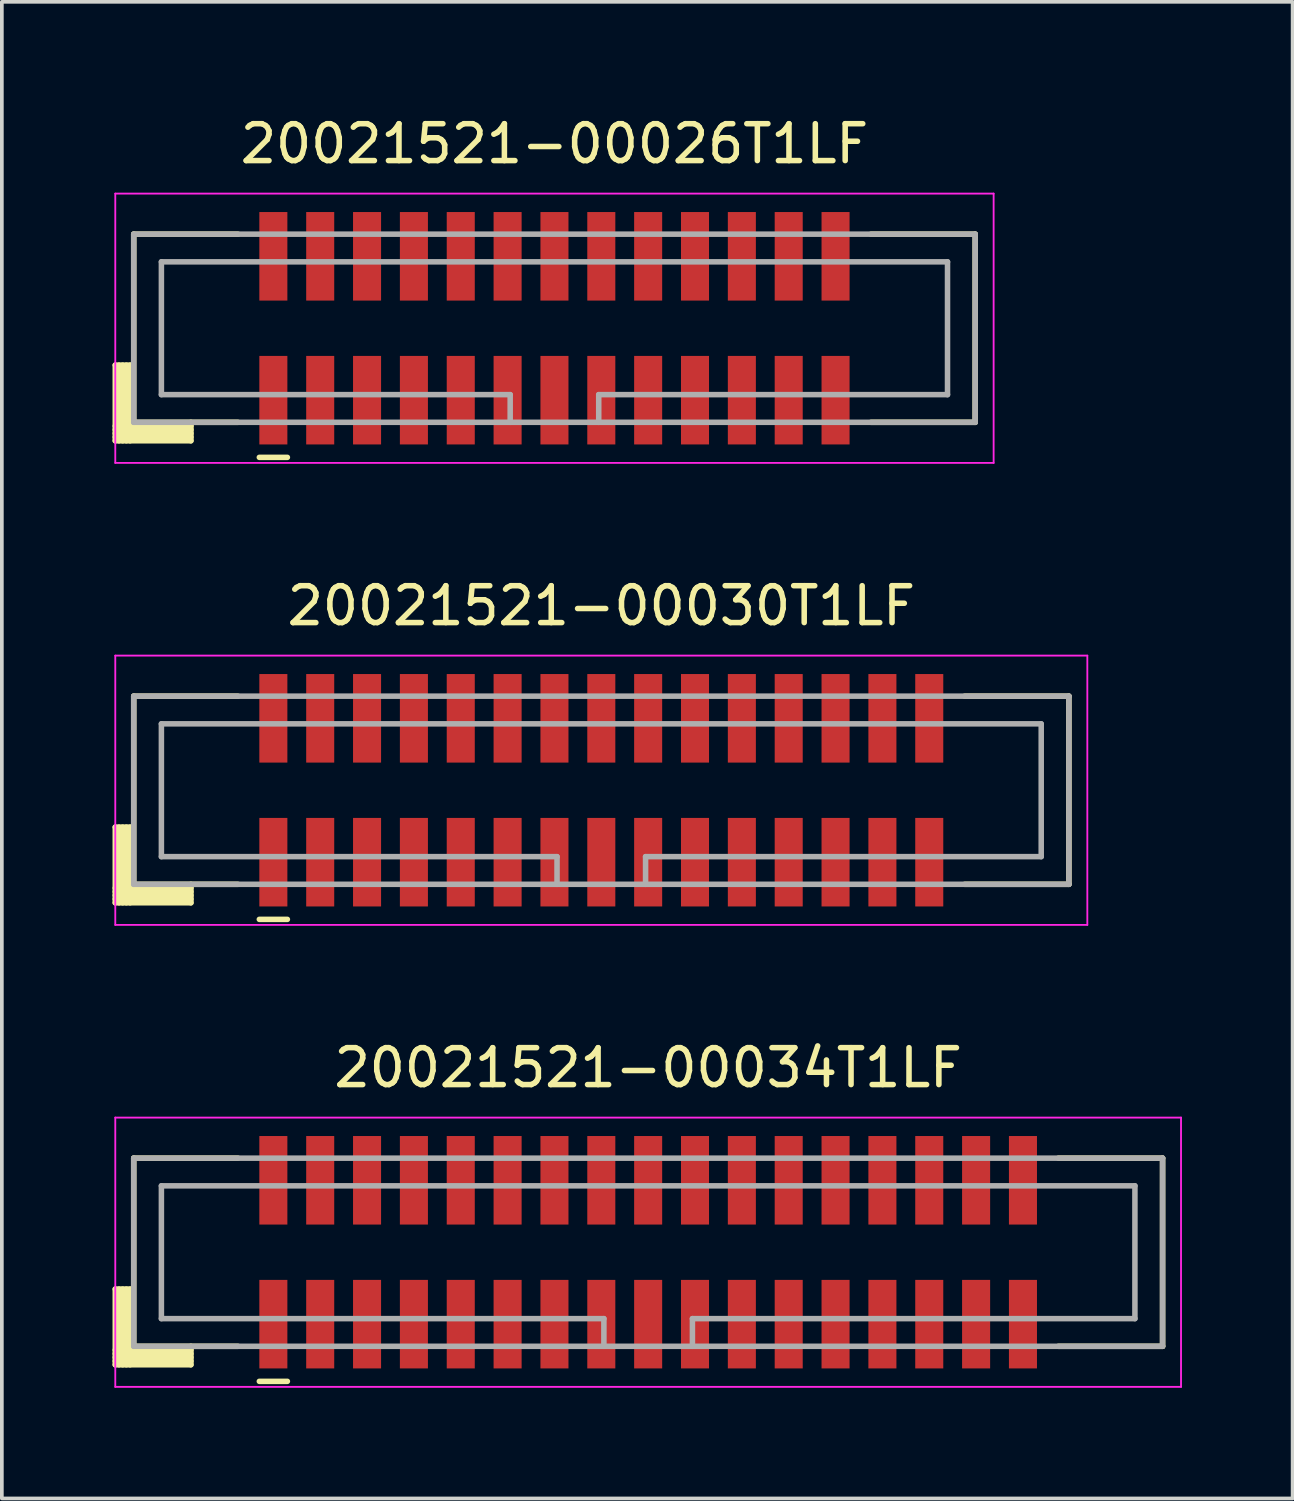
<source format=kicad_pcb>
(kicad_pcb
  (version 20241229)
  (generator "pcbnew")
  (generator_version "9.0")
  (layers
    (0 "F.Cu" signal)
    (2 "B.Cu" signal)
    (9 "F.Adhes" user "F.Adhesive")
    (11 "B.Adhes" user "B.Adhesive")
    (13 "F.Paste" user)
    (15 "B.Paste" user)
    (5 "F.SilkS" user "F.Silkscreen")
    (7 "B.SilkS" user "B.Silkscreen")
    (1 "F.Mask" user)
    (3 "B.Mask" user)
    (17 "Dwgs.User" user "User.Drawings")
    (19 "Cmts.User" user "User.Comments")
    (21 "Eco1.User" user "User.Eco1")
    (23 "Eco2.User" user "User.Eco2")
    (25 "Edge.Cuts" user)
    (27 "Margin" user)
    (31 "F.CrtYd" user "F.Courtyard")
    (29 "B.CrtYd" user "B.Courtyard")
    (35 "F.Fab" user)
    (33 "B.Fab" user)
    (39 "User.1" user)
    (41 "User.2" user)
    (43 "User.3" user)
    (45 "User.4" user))
  (footprint "20021521-00030T1LF"
    (layer "F.Cu")
    (at 13.25 18.372)
    (property "Reference" "20021521-00030T1LF" (at 0 -5 0) (layer "F.SilkS") (effects (font (size 1 1) (thickness 0.15))))
    (attr smd)
    (fp_line (start -13.175 1) (end -13.175 3.05) (stroke (width 0.15) (type solid)) (layer "F.SilkS"))
    (fp_line (start -13.175 1) (end -12.7 1) (stroke (width 0.15) (type solid)) (layer "F.SilkS"))
    (fp_line (start -13.175 2.65) (end -11.125 2.65) (stroke (width 0.15) (type solid)) (layer "F.SilkS"))
    (fp_line (start -13.175 2.75) (end -11.125 2.75) (stroke (width 0.15) (type solid)) (layer "F.SilkS"))
    (fp_line (start -13.175 2.85) (end -11.125 2.85) (stroke (width 0.15) (type solid)) (layer "F.SilkS"))
    (fp_line (start -13.175 2.95) (end -11.125 2.95) (stroke (width 0.15) (type solid)) (layer "F.SilkS"))
    (fp_line (start -13.175 3.05) (end -11.125 3.05) (stroke (width 0.15) (type solid)) (layer "F.SilkS"))
    (fp_line (start -13.075 1) (end -13.075 3.05) (stroke (width 0.15) (type solid)) (layer "F.SilkS"))
    (fp_line (start -12.975 1) (end -12.975 3.05) (stroke (width 0.15) (type solid)) (layer "F.SilkS"))
    (fp_line (start -12.875 1) (end -12.875 3.05) (stroke (width 0.15) (type solid)) (layer "F.SilkS"))
    (fp_line (start -12.775 1) (end -12.775 3.05) (stroke (width 0.15) (type solid)) (layer "F.SilkS"))
    (fp_line (start -12.675 -2.55) (end -12.675 2.55) (stroke (width 0.15) (type solid)) (layer "F.SilkS"))
    (fp_line (start -12.675 -2.55) (end -9.85 -2.55) (stroke (width 0.15) (type solid)) (layer "F.SilkS"))
    (fp_line (start -12.675 2.55) (end -9.85 2.55) (stroke (width 0.15) (type solid)) (layer "F.SilkS"))
    (fp_line (start -11.125 2.55) (end -11.125 3.05) (stroke (width 0.15) (type solid)) (layer "F.SilkS"))
    (fp_line (start -9.27 3.5) (end -8.51 3.5) (stroke (width 0.15) (type solid)) (layer "F.SilkS"))
    (fp_line (start 9.85 -2.55) (end 12.675 -2.55) (stroke (width 0.15) (type solid)) (layer "F.SilkS"))
    (fp_line (start 9.85 2.55) (end 12.675 2.55) (stroke (width 0.15) (type solid)) (layer "F.SilkS"))
    (fp_line (start 12.675 -2.55) (end 12.675 2.55) (stroke (width 0.15) (type solid)) (layer "F.SilkS"))
    (fp_line (start -13.175 -3.65) (end -13.175 3.65) (stroke (width 0.05) (type solid)) (layer "F.CrtYd"))
    (fp_line (start -13.175 -3.65) (end 13.175 -3.65) (stroke (width 0.05) (type solid)) (layer "F.CrtYd"))
    (fp_line (start -13.175 3.65) (end 13.175 3.65) (stroke (width 0.05) (type solid)) (layer "F.CrtYd"))
    (fp_line (start 13.175 -3.65) (end 13.175 3.65) (stroke (width 0.05) (type solid)) (layer "F.CrtYd"))
    (fp_line (start -12.675 -2.55) (end -12.675 2.55) (stroke (width 0.15) (type solid)) (layer "F.Fab"))
    (fp_line (start -12.675 -2.55) (end 12.675 -2.55) (stroke (width 0.15) (type solid)) (layer "F.Fab"))
    (fp_line (start -12.675 2.55) (end 12.675 2.55) (stroke (width 0.15) (type solid)) (layer "F.Fab"))
    (fp_line (start -11.925 -1.8) (end -11.925 1.8) (stroke (width 0.15) (type solid)) (layer "F.Fab"))
    (fp_line (start -11.925 -1.8) (end 11.925 -1.8) (stroke (width 0.15) (type solid)) (layer "F.Fab"))
    (fp_line (start -11.925 1.8) (end -1.2 1.8) (stroke (width 0.15) (type solid)) (layer "F.Fab"))
    (fp_line (start -1.2 1.8) (end -1.2 2.55) (stroke (width 0.15) (type solid)) (layer "F.Fab"))
    (fp_line (start 1.2 1.8) (end 1.2 2.55) (stroke (width 0.15) (type solid)) (layer "F.Fab"))
    (fp_line (start 1.2 1.8) (end 11.925 1.8) (stroke (width 0.15) (type solid)) (layer "F.Fab"))
    (fp_line (start 11.925 -1.8) (end 11.925 1.8) (stroke (width 0.15) (type solid)) (layer "F.Fab"))
    (fp_line (start 12.675 -2.55) (end 12.675 2.55) (stroke (width 0.15) (type solid)) (layer "F.Fab"))
    (pad "1" smd rect (at -8.89 1.95) (size 0.76 2.4) (layers "F.Cu" "F.Mask" "F.Paste"))
    (pad "2" smd rect (at -8.89 -1.95) (size 0.76 2.4) (layers "F.Cu" "F.Mask" "F.Paste"))
    (pad "3" smd rect (at -7.62 1.95) (size 0.76 2.4) (layers "F.Cu" "F.Mask" "F.Paste"))
    (pad "4" smd rect (at -7.62 -1.95) (size 0.76 2.4) (layers "F.Cu" "F.Mask" "F.Paste"))
    (pad "5" smd rect (at -6.35 1.95) (size 0.76 2.4) (layers "F.Cu" "F.Mask" "F.Paste"))
    (pad "6" smd rect (at -6.35 -1.95) (size 0.76 2.4) (layers "F.Cu" "F.Mask" "F.Paste"))
    (pad "7" smd rect (at -5.08 1.95) (size 0.76 2.4) (layers "F.Cu" "F.Mask" "F.Paste"))
    (pad "8" smd rect (at -5.08 -1.95) (size 0.76 2.4) (layers "F.Cu" "F.Mask" "F.Paste"))
    (pad "9" smd rect (at -3.81 1.95) (size 0.76 2.4) (layers "F.Cu" "F.Mask" "F.Paste"))
    (pad "10" smd rect (at -3.81 -1.95) (size 0.76 2.4) (layers "F.Cu" "F.Mask" "F.Paste"))
    (pad "11" smd rect (at -2.54 1.95) (size 0.76 2.4) (layers "F.Cu" "F.Mask" "F.Paste"))
    (pad "12" smd rect (at -2.54 -1.95) (size 0.76 2.4) (layers "F.Cu" "F.Mask" "F.Paste"))
    (pad "13" smd rect (at -1.27 1.95) (size 0.76 2.4) (layers "F.Cu" "F.Mask" "F.Paste"))
    (pad "14" smd rect (at -1.27 -1.95) (size 0.76 2.4) (layers "F.Cu" "F.Mask" "F.Paste"))
    (pad "15" smd rect (at 0 1.95) (size 0.76 2.4) (layers "F.Cu" "F.Mask" "F.Paste"))
    (pad "16" smd rect (at 0 -1.95) (size 0.76 2.4) (layers "F.Cu" "F.Mask" "F.Paste"))
    (pad "17" smd rect (at 1.27 1.95) (size 0.76 2.4) (layers "F.Cu" "F.Mask" "F.Paste"))
    (pad "18" smd rect (at 1.27 -1.95) (size 0.76 2.4) (layers "F.Cu" "F.Mask" "F.Paste"))
    (pad "19" smd rect (at 2.54 1.95) (size 0.76 2.4) (layers "F.Cu" "F.Mask" "F.Paste"))
    (pad "20" smd rect (at 2.54 -1.95) (size 0.76 2.4) (layers "F.Cu" "F.Mask" "F.Paste"))
    (pad "21" smd rect (at 3.81 1.95) (size 0.76 2.4) (layers "F.Cu" "F.Mask" "F.Paste"))
    (pad "22" smd rect (at 3.81 -1.95) (size 0.76 2.4) (layers "F.Cu" "F.Mask" "F.Paste"))
    (pad "23" smd rect (at 5.08 1.95) (size 0.76 2.4) (layers "F.Cu" "F.Mask" "F.Paste"))
    (pad "24" smd rect (at 5.08 -1.95) (size 0.76 2.4) (layers "F.Cu" "F.Mask" "F.Paste"))
    (pad "25" smd rect (at 6.35 1.95) (size 0.76 2.4) (layers "F.Cu" "F.Mask" "F.Paste"))
    (pad "26" smd rect (at 6.35 -1.95) (size 0.76 2.4) (layers "F.Cu" "F.Mask" "F.Paste"))
    (pad "27" smd rect (at 7.62 1.95) (size 0.76 2.4) (layers "F.Cu" "F.Mask" "F.Paste"))
    (pad "28" smd rect (at 7.62 -1.95) (size 0.76 2.4) (layers "F.Cu" "F.Mask" "F.Paste"))
    (pad "29" smd rect (at 8.89 1.95) (size 0.76 2.4) (layers "F.Cu" "F.Mask" "F.Paste"))
    (pad "30" smd rect (at 8.89 -1.95) (size 0.76 2.4) (layers "F.Cu" "F.Mask" "F.Paste")))
  (footprint "20021521-00026T1LF"
    (layer "F.Cu")
    (at 11.98 5.848)
    (property "Reference" "20021521-00026T1LF" (at 0 -5 0) (layer "F.SilkS") (effects (font (size 1 1) (thickness 0.15))))
    (attr smd)
    (fp_line (start -11.905 1) (end -11.905 3.05) (stroke (width 0.15) (type solid)) (layer "F.SilkS"))
    (fp_line (start -11.905 1) (end -11.43 1) (stroke (width 0.15) (type solid)) (layer "F.SilkS"))
    (fp_line (start -11.905 2.65) (end -9.855 2.65) (stroke (width 0.15) (type solid)) (layer "F.SilkS"))
    (fp_line (start -11.905 2.75) (end -9.855 2.75) (stroke (width 0.15) (type solid)) (layer "F.SilkS"))
    (fp_line (start -11.905 2.85) (end -9.855 2.85) (stroke (width 0.15) (type solid)) (layer "F.SilkS"))
    (fp_line (start -11.905 2.95) (end -9.855 2.95) (stroke (width 0.15) (type solid)) (layer "F.SilkS"))
    (fp_line (start -11.905 3.05) (end -9.855 3.05) (stroke (width 0.15) (type solid)) (layer "F.SilkS"))
    (fp_line (start -11.805 1) (end -11.805 3.05) (stroke (width 0.15) (type solid)) (layer "F.SilkS"))
    (fp_line (start -11.705 1) (end -11.705 3.05) (stroke (width 0.15) (type solid)) (layer "F.SilkS"))
    (fp_line (start -11.605 1) (end -11.605 3.05) (stroke (width 0.15) (type solid)) (layer "F.SilkS"))
    (fp_line (start -11.505 1) (end -11.505 3.05) (stroke (width 0.15) (type solid)) (layer "F.SilkS"))
    (fp_line (start -11.405 -2.55) (end -11.405 2.55) (stroke (width 0.15) (type solid)) (layer "F.SilkS"))
    (fp_line (start -11.405 -2.55) (end -8.58 -2.55) (stroke (width 0.15) (type solid)) (layer "F.SilkS"))
    (fp_line (start -11.405 2.55) (end -8.58 2.55) (stroke (width 0.15) (type solid)) (layer "F.SilkS"))
    (fp_line (start -9.855 2.55) (end -9.855 3.05) (stroke (width 0.15) (type solid)) (layer "F.SilkS"))
    (fp_line (start -8 3.5) (end -7.24 3.5) (stroke (width 0.15) (type solid)) (layer "F.SilkS"))
    (fp_line (start 8.58 -2.55) (end 11.405 -2.55) (stroke (width 0.15) (type solid)) (layer "F.SilkS"))
    (fp_line (start 8.58 2.55) (end 11.405 2.55) (stroke (width 0.15) (type solid)) (layer "F.SilkS"))
    (fp_line (start 11.405 -2.55) (end 11.405 2.55) (stroke (width 0.15) (type solid)) (layer "F.SilkS"))
    (fp_line (start -11.905 -3.65) (end -11.905 3.65) (stroke (width 0.05) (type solid)) (layer "F.CrtYd"))
    (fp_line (start -11.905 -3.65) (end 11.905 -3.65) (stroke (width 0.05) (type solid)) (layer "F.CrtYd"))
    (fp_line (start -11.905 3.65) (end 11.905 3.65) (stroke (width 0.05) (type solid)) (layer "F.CrtYd"))
    (fp_line (start 11.905 -3.65) (end 11.905 3.65) (stroke (width 0.05) (type solid)) (layer "F.CrtYd"))
    (fp_line (start -11.405 -2.55) (end -11.405 2.55) (stroke (width 0.15) (type solid)) (layer "F.Fab"))
    (fp_line (start -11.405 -2.55) (end 11.405 -2.55) (stroke (width 0.15) (type solid)) (layer "F.Fab"))
    (fp_line (start -11.405 2.55) (end 11.405 2.55) (stroke (width 0.15) (type solid)) (layer "F.Fab"))
    (fp_line (start -10.655 -1.8) (end -10.655 1.8) (stroke (width 0.15) (type solid)) (layer "F.Fab"))
    (fp_line (start -10.655 -1.8) (end 10.655 -1.8) (stroke (width 0.15) (type solid)) (layer "F.Fab"))
    (fp_line (start -10.655 1.8) (end -1.2 1.8) (stroke (width 0.15) (type solid)) (layer "F.Fab"))
    (fp_line (start -1.2 1.8) (end -1.2 2.55) (stroke (width 0.15) (type solid)) (layer "F.Fab"))
    (fp_line (start 1.2 1.8) (end 1.2 2.55) (stroke (width 0.15) (type solid)) (layer "F.Fab"))
    (fp_line (start 1.2 1.8) (end 10.655 1.8) (stroke (width 0.15) (type solid)) (layer "F.Fab"))
    (fp_line (start 10.655 -1.8) (end 10.655 1.8) (stroke (width 0.15) (type solid)) (layer "F.Fab"))
    (fp_line (start 11.405 -2.55) (end 11.405 2.55) (stroke (width 0.15) (type solid)) (layer "F.Fab"))
    (pad "1" smd rect (at -7.62 1.95) (size 0.76 2.4) (layers "F.Cu" "F.Mask" "F.Paste"))
    (pad "2" smd rect (at -7.62 -1.95) (size 0.76 2.4) (layers "F.Cu" "F.Mask" "F.Paste"))
    (pad "3" smd rect (at -6.35 1.95) (size 0.76 2.4) (layers "F.Cu" "F.Mask" "F.Paste"))
    (pad "4" smd rect (at -6.35 -1.95) (size 0.76 2.4) (layers "F.Cu" "F.Mask" "F.Paste"))
    (pad "5" smd rect (at -5.08 1.95) (size 0.76 2.4) (layers "F.Cu" "F.Mask" "F.Paste"))
    (pad "6" smd rect (at -5.08 -1.95) (size 0.76 2.4) (layers "F.Cu" "F.Mask" "F.Paste"))
    (pad "7" smd rect (at -3.81 1.95) (size 0.76 2.4) (layers "F.Cu" "F.Mask" "F.Paste"))
    (pad "8" smd rect (at -3.81 -1.95) (size 0.76 2.4) (layers "F.Cu" "F.Mask" "F.Paste"))
    (pad "9" smd rect (at -2.54 1.95) (size 0.76 2.4) (layers "F.Cu" "F.Mask" "F.Paste"))
    (pad "10" smd rect (at -2.54 -1.95) (size 0.76 2.4) (layers "F.Cu" "F.Mask" "F.Paste"))
    (pad "11" smd rect (at -1.27 1.95) (size 0.76 2.4) (layers "F.Cu" "F.Mask" "F.Paste"))
    (pad "12" smd rect (at -1.27 -1.95) (size 0.76 2.4) (layers "F.Cu" "F.Mask" "F.Paste"))
    (pad "13" smd rect (at 0 1.95) (size 0.76 2.4) (layers "F.Cu" "F.Mask" "F.Paste"))
    (pad "14" smd rect (at 0 -1.95) (size 0.76 2.4) (layers "F.Cu" "F.Mask" "F.Paste"))
    (pad "15" smd rect (at 1.27 1.95) (size 0.76 2.4) (layers "F.Cu" "F.Mask" "F.Paste"))
    (pad "16" smd rect (at 1.27 -1.95) (size 0.76 2.4) (layers "F.Cu" "F.Mask" "F.Paste"))
    (pad "17" smd rect (at 2.54 1.95) (size 0.76 2.4) (layers "F.Cu" "F.Mask" "F.Paste"))
    (pad "18" smd rect (at 2.54 -1.95) (size 0.76 2.4) (layers "F.Cu" "F.Mask" "F.Paste"))
    (pad "19" smd rect (at 3.81 1.95) (size 0.76 2.4) (layers "F.Cu" "F.Mask" "F.Paste"))
    (pad "20" smd rect (at 3.81 -1.95) (size 0.76 2.4) (layers "F.Cu" "F.Mask" "F.Paste"))
    (pad "21" smd rect (at 5.08 1.95) (size 0.76 2.4) (layers "F.Cu" "F.Mask" "F.Paste"))
    (pad "22" smd rect (at 5.08 -1.95) (size 0.76 2.4) (layers "F.Cu" "F.Mask" "F.Paste"))
    (pad "23" smd rect (at 6.35 1.95) (size 0.76 2.4) (layers "F.Cu" "F.Mask" "F.Paste"))
    (pad "24" smd rect (at 6.35 -1.95) (size 0.76 2.4) (layers "F.Cu" "F.Mask" "F.Paste"))
    (pad "25" smd rect (at 7.62 1.95) (size 0.76 2.4) (layers "F.Cu" "F.Mask" "F.Paste"))
    (pad "26" smd rect (at 7.62 -1.95) (size 0.76 2.4) (layers "F.Cu" "F.Mask" "F.Paste")))
  (footprint "20021521-00034T1LF"
    (layer "F.Cu")
    (at 14.52 30.895)
    (property "Reference" "20021521-00034T1LF" (at 0 -5 0) (layer "F.SilkS") (effects (font (size 1 1) (thickness 0.15))))
    (attr smd)
    (fp_line (start -14.445 1) (end -14.445 3.05) (stroke (width 0.15) (type solid)) (layer "F.SilkS"))
    (fp_line (start -14.445 1) (end -13.97 1) (stroke (width 0.15) (type solid)) (layer "F.SilkS"))
    (fp_line (start -14.445 2.65) (end -12.395 2.65) (stroke (width 0.15) (type solid)) (layer "F.SilkS"))
    (fp_line (start -14.445 2.75) (end -12.395 2.75) (stroke (width 0.15) (type solid)) (layer "F.SilkS"))
    (fp_line (start -14.445 2.85) (end -12.395 2.85) (stroke (width 0.15) (type solid)) (layer "F.SilkS"))
    (fp_line (start -14.445 2.95) (end -12.395 2.95) (stroke (width 0.15) (type solid)) (layer "F.SilkS"))
    (fp_line (start -14.445 3.05) (end -12.395 3.05) (stroke (width 0.15) (type solid)) (layer "F.SilkS"))
    (fp_line (start -14.345 1) (end -14.345 3.05) (stroke (width 0.15) (type solid)) (layer "F.SilkS"))
    (fp_line (start -14.245 1) (end -14.245 3.05) (stroke (width 0.15) (type solid)) (layer "F.SilkS"))
    (fp_line (start -14.145 1) (end -14.145 3.05) (stroke (width 0.15) (type solid)) (layer "F.SilkS"))
    (fp_line (start -14.045 1) (end -14.045 3.05) (stroke (width 0.15) (type solid)) (layer "F.SilkS"))
    (fp_line (start -13.945 -2.55) (end -13.945 2.55) (stroke (width 0.15) (type solid)) (layer "F.SilkS"))
    (fp_line (start -13.945 -2.55) (end -11.12 -2.55) (stroke (width 0.15) (type solid)) (layer "F.SilkS"))
    (fp_line (start -13.945 2.55) (end -11.12 2.55) (stroke (width 0.15) (type solid)) (layer "F.SilkS"))
    (fp_line (start -12.395 2.55) (end -12.395 3.05) (stroke (width 0.15) (type solid)) (layer "F.SilkS"))
    (fp_line (start -10.54 3.5) (end -9.78 3.5) (stroke (width 0.15) (type solid)) (layer "F.SilkS"))
    (fp_line (start 11.12 -2.55) (end 13.945 -2.55) (stroke (width 0.15) (type solid)) (layer "F.SilkS"))
    (fp_line (start 11.12 2.55) (end 13.945 2.55) (stroke (width 0.15) (type solid)) (layer "F.SilkS"))
    (fp_line (start 13.945 -2.55) (end 13.945 2.55) (stroke (width 0.15) (type solid)) (layer "F.SilkS"))
    (fp_line (start -14.445 -3.65) (end -14.445 3.65) (stroke (width 0.05) (type solid)) (layer "F.CrtYd"))
    (fp_line (start -14.445 -3.65) (end 14.445 -3.65) (stroke (width 0.05) (type solid)) (layer "F.CrtYd"))
    (fp_line (start -14.445 3.65) (end 14.445 3.65) (stroke (width 0.05) (type solid)) (layer "F.CrtYd"))
    (fp_line (start 14.445 -3.65) (end 14.445 3.65) (stroke (width 0.05) (type solid)) (layer "F.CrtYd"))
    (fp_line (start -13.945 -2.55) (end -13.945 2.55) (stroke (width 0.15) (type solid)) (layer "F.Fab"))
    (fp_line (start -13.945 -2.55) (end 13.945 -2.55) (stroke (width 0.15) (type solid)) (layer "F.Fab"))
    (fp_line (start -13.945 2.55) (end 13.945 2.55) (stroke (width 0.15) (type solid)) (layer "F.Fab"))
    (fp_line (start -13.195 -1.8) (end -13.195 1.8) (stroke (width 0.15) (type solid)) (layer "F.Fab"))
    (fp_line (start -13.195 -1.8) (end 13.195 -1.8) (stroke (width 0.15) (type solid)) (layer "F.Fab"))
    (fp_line (start -13.195 1.8) (end -1.2 1.8) (stroke (width 0.15) (type solid)) (layer "F.Fab"))
    (fp_line (start -1.2 1.8) (end -1.2 2.55) (stroke (width 0.15) (type solid)) (layer "F.Fab"))
    (fp_line (start 1.2 1.8) (end 1.2 2.55) (stroke (width 0.15) (type solid)) (layer "F.Fab"))
    (fp_line (start 1.2 1.8) (end 13.195 1.8) (stroke (width 0.15) (type solid)) (layer "F.Fab"))
    (fp_line (start 13.195 -1.8) (end 13.195 1.8) (stroke (width 0.15) (type solid)) (layer "F.Fab"))
    (fp_line (start 13.945 -2.55) (end 13.945 2.55) (stroke (width 0.15) (type solid)) (layer "F.Fab"))
    (pad "1" smd rect (at -10.16 1.95) (size 0.76 2.4) (layers "F.Cu" "F.Mask" "F.Paste"))
    (pad "2" smd rect (at -10.16 -1.95) (size 0.76 2.4) (layers "F.Cu" "F.Mask" "F.Paste"))
    (pad "3" smd rect (at -8.89 1.95) (size 0.76 2.4) (layers "F.Cu" "F.Mask" "F.Paste"))
    (pad "4" smd rect (at -8.89 -1.95) (size 0.76 2.4) (layers "F.Cu" "F.Mask" "F.Paste"))
    (pad "5" smd rect (at -7.62 1.95) (size 0.76 2.4) (layers "F.Cu" "F.Mask" "F.Paste"))
    (pad "6" smd rect (at -7.62 -1.95) (size 0.76 2.4) (layers "F.Cu" "F.Mask" "F.Paste"))
    (pad "7" smd rect (at -6.35 1.95) (size 0.76 2.4) (layers "F.Cu" "F.Mask" "F.Paste"))
    (pad "8" smd rect (at -6.35 -1.95) (size 0.76 2.4) (layers "F.Cu" "F.Mask" "F.Paste"))
    (pad "9" smd rect (at -5.08 1.95) (size 0.76 2.4) (layers "F.Cu" "F.Mask" "F.Paste"))
    (pad "10" smd rect (at -5.08 -1.95) (size 0.76 2.4) (layers "F.Cu" "F.Mask" "F.Paste"))
    (pad "11" smd rect (at -3.81 1.95) (size 0.76 2.4) (layers "F.Cu" "F.Mask" "F.Paste"))
    (pad "12" smd rect (at -3.81 -1.95) (size 0.76 2.4) (layers "F.Cu" "F.Mask" "F.Paste"))
    (pad "13" smd rect (at -2.54 1.95) (size 0.76 2.4) (layers "F.Cu" "F.Mask" "F.Paste"))
    (pad "14" smd rect (at -2.54 -1.95) (size 0.76 2.4) (layers "F.Cu" "F.Mask" "F.Paste"))
    (pad "15" smd rect (at -1.27 1.95) (size 0.76 2.4) (layers "F.Cu" "F.Mask" "F.Paste"))
    (pad "16" smd rect (at -1.27 -1.95) (size 0.76 2.4) (layers "F.Cu" "F.Mask" "F.Paste"))
    (pad "17" smd rect (at 0 1.95) (size 0.76 2.4) (layers "F.Cu" "F.Mask" "F.Paste"))
    (pad "18" smd rect (at 0 -1.95) (size 0.76 2.4) (layers "F.Cu" "F.Mask" "F.Paste"))
    (pad "19" smd rect (at 1.27 1.95) (size 0.76 2.4) (layers "F.Cu" "F.Mask" "F.Paste"))
    (pad "20" smd rect (at 1.27 -1.95) (size 0.76 2.4) (layers "F.Cu" "F.Mask" "F.Paste"))
    (pad "21" smd rect (at 2.54 1.95) (size 0.76 2.4) (layers "F.Cu" "F.Mask" "F.Paste"))
    (pad "22" smd rect (at 2.54 -1.95) (size 0.76 2.4) (layers "F.Cu" "F.Mask" "F.Paste"))
    (pad "23" smd rect (at 3.81 1.95) (size 0.76 2.4) (layers "F.Cu" "F.Mask" "F.Paste"))
    (pad "24" smd rect (at 3.81 -1.95) (size 0.76 2.4) (layers "F.Cu" "F.Mask" "F.Paste"))
    (pad "25" smd rect (at 5.08 1.95) (size 0.76 2.4) (layers "F.Cu" "F.Mask" "F.Paste"))
    (pad "26" smd rect (at 5.08 -1.95) (size 0.76 2.4) (layers "F.Cu" "F.Mask" "F.Paste"))
    (pad "27" smd rect (at 6.35 1.95) (size 0.76 2.4) (layers "F.Cu" "F.Mask" "F.Paste"))
    (pad "28" smd rect (at 6.35 -1.95) (size 0.76 2.4) (layers "F.Cu" "F.Mask" "F.Paste"))
    (pad "29" smd rect (at 7.62 1.95) (size 0.76 2.4) (layers "F.Cu" "F.Mask" "F.Paste"))
    (pad "30" smd rect (at 7.62 -1.95) (size 0.76 2.4) (layers "F.Cu" "F.Mask" "F.Paste"))
    (pad "31" smd rect (at 8.89 1.95) (size 0.76 2.4) (layers "F.Cu" "F.Mask" "F.Paste"))
    (pad "32" smd rect (at 8.89 -1.95) (size 0.76 2.4) (layers "F.Cu" "F.Mask" "F.Paste"))
    (pad "33" smd rect (at 10.16 1.95) (size 0.76 2.4) (layers "F.Cu" "F.Mask" "F.Paste"))
    (pad "34" smd rect (at 10.16 -1.95) (size 0.76 2.4) (layers "F.Cu" "F.Mask" "F.Paste")))
  (gr_rect
    (start -3 -3)
    (end 31.99 37.57)
    (stroke (width 0.1) (type default))
    (fill no)
    (layer "Edge.Cuts")))
</source>
